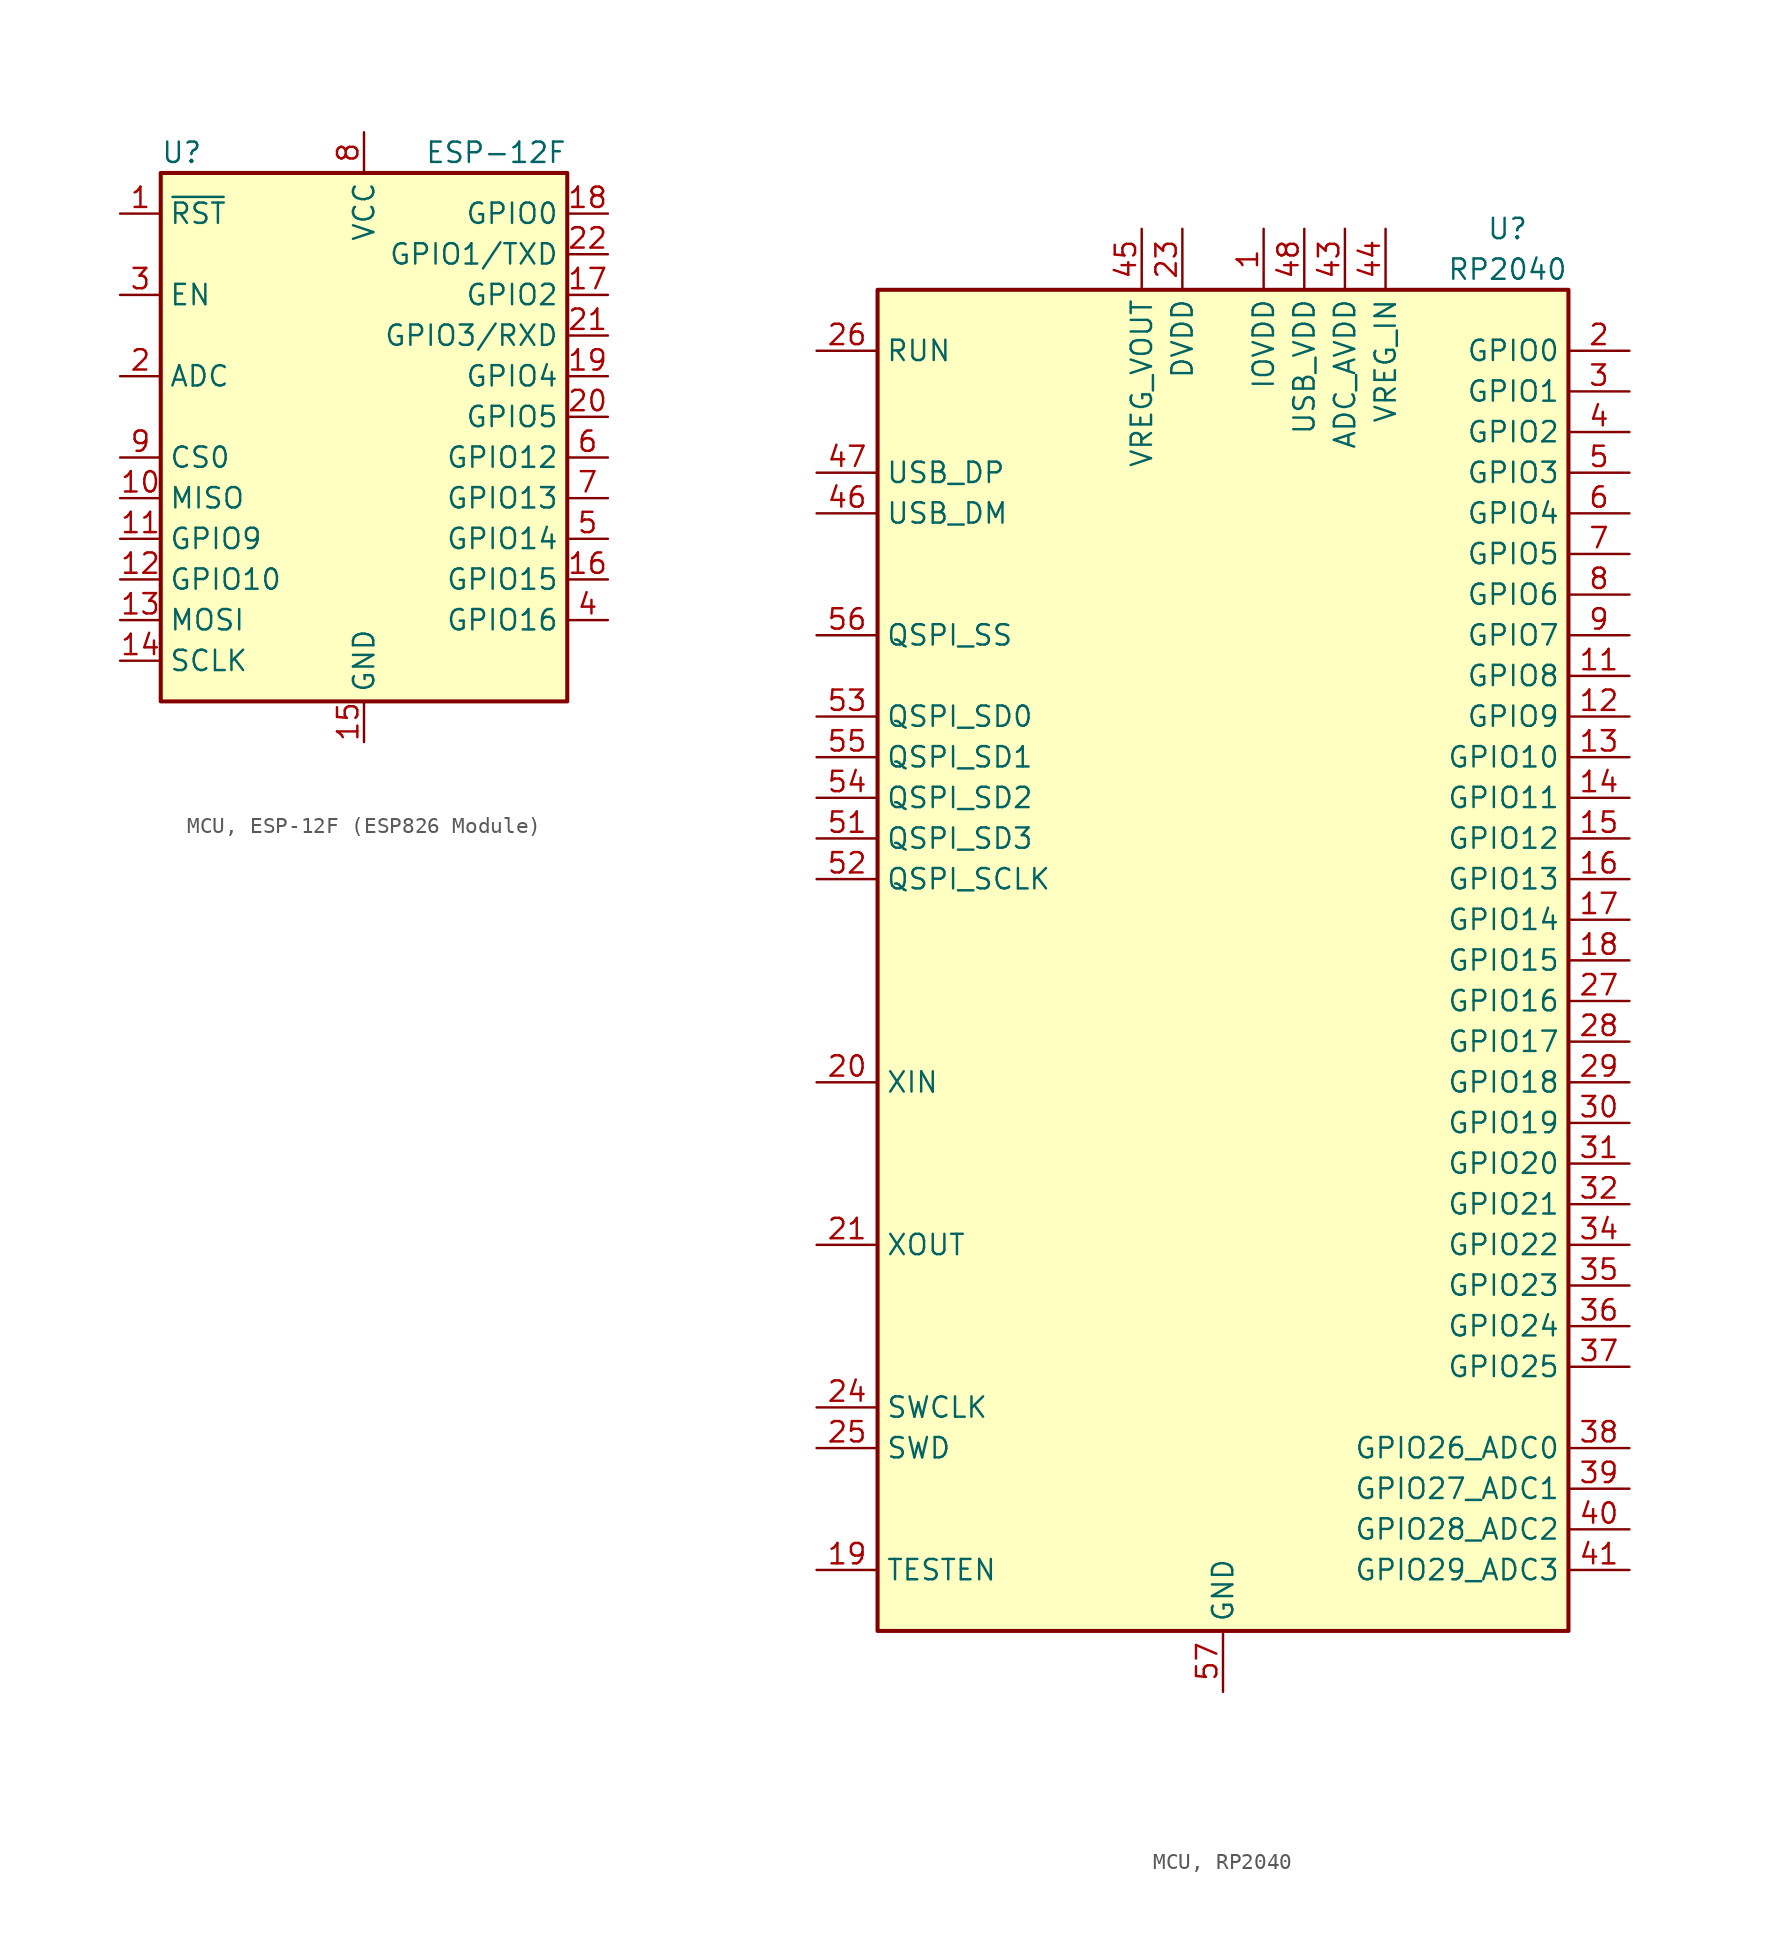
<source format=kicad_sym>
(kicad_symbol_lib
  (version 20231120)
  (generator "kicad_symbol_editor")
  (generator_version "8.0")
  (symbol "MCU, ESP-12F (ESP826 Module)"
    (property "Reference" "U"
      (at -12.7 19.05 0)
      (effects (font (size 1.27 1.27)) (justify left)))
    (property "Value" "ESP-12F"
      (at 12.7 19.05 0)
      (effects (font (size 1.27 1.27)) (justify right)))
    (symbol "MCU, ESP-12F (ESP826 Module)_0_1"
      (rectangle (start -12.7 17.78) (end 12.7 -15.24) (stroke (width 0.254) (type default)) (fill (type background))))
    (symbol "MCU, ESP-12F (ESP826 Module)_1_1"
      (pin input line (at -15.24 15.24 0) (length 2.54) (name "~{RST}" (effects (font (size 1.27 1.27)))) (number "1" (effects (font (size 1.27 1.27)))))
      (pin bidirectional line (at -15.24 -2.54 0) (length 2.54) (name "MISO" (effects (font (size 1.27 1.27)))) (number "10" (effects (font (size 1.27 1.27)))))
      (pin bidirectional line (at -15.24 -5.08 0) (length 2.54) (name "GPIO9" (effects (font (size 1.27 1.27)))) (number "11" (effects (font (size 1.27 1.27)))))
      (pin bidirectional line (at -15.24 -7.62 0) (length 2.54) (name "GPIO10" (effects (font (size 1.27 1.27)))) (number "12" (effects (font (size 1.27 1.27)))))
      (pin bidirectional line (at -15.24 -10.16 0) (length 2.54) (name "MOSI" (effects (font (size 1.27 1.27)))) (number "13" (effects (font (size 1.27 1.27)))))
      (pin bidirectional line (at -15.24 -12.7 0) (length 2.54) (name "SCLK" (effects (font (size 1.27 1.27)))) (number "14" (effects (font (size 1.27 1.27)))))
      (pin power_in line (at 0 -17.78 90) (length 2.54) (name "GND" (effects (font (size 1.27 1.27)))) (number "15" (effects (font (size 1.27 1.27)))))
      (pin bidirectional line (at 15.24 -7.62 180) (length 2.54) (name "GPIO15" (effects (font (size 1.27 1.27)))) (number "16" (effects (font (size 1.27 1.27)))))
      (pin bidirectional line (at 15.24 10.16 180) (length 2.54) (name "GPIO2" (effects (font (size 1.27 1.27)))) (number "17" (effects (font (size 1.27 1.27)))))
      (pin bidirectional line (at 15.24 15.24 180) (length 2.54) (name "GPIO0" (effects (font (size 1.27 1.27)))) (number "18" (effects (font (size 1.27 1.27)))))
      (pin bidirectional line (at 15.24 5.08 180) (length 2.54) (name "GPIO4" (effects (font (size 1.27 1.27)))) (number "19" (effects (font (size 1.27 1.27)))))
      (pin input line (at -15.24 5.08 0) (length 2.54) (name "ADC" (effects (font (size 1.27 1.27)))) (number "2" (effects (font (size 1.27 1.27)))))
      (pin bidirectional line (at 15.24 2.54 180) (length 2.54) (name "GPIO5" (effects (font (size 1.27 1.27)))) (number "20" (effects (font (size 1.27 1.27)))))
      (pin bidirectional line (at 15.24 7.62 180) (length 2.54) (name "GPIO3/RXD" (effects (font (size 1.27 1.27)))) (number "21" (effects (font (size 1.27 1.27)))))
      (pin bidirectional line (at 15.24 12.7 180) (length 2.54) (name "GPIO1/TXD" (effects (font (size 1.27 1.27)))) (number "22" (effects (font (size 1.27 1.27)))))
      (pin input line (at -15.24 10.16 0) (length 2.54) (name "EN" (effects (font (size 1.27 1.27)))) (number "3" (effects (font (size 1.27 1.27)))))
      (pin bidirectional line (at 15.24 -10.16 180) (length 2.54) (name "GPIO16" (effects (font (size 1.27 1.27)))) (number "4" (effects (font (size 1.27 1.27)))))
      (pin bidirectional line (at 15.24 -5.08 180) (length 2.54) (name "GPIO14" (effects (font (size 1.27 1.27)))) (number "5" (effects (font (size 1.27 1.27)))))
      (pin bidirectional line (at 15.24 0 180) (length 2.54) (name "GPIO12" (effects (font (size 1.27 1.27)))) (number "6" (effects (font (size 1.27 1.27)))))
      (pin bidirectional line (at 15.24 -2.54 180) (length 2.54) (name "GPIO13" (effects (font (size 1.27 1.27)))) (number "7" (effects (font (size 1.27 1.27)))))
      (pin power_in line (at 0 20.32 270) (length 2.54) (name "VCC" (effects (font (size 1.27 1.27)))) (number "8" (effects (font (size 1.27 1.27)))))
      (pin input line (at -15.24 0 0) (length 2.54) (name "CS0" (effects (font (size 1.27 1.27)))) (number "9" (effects (font (size 1.27 1.27)))))))
  (symbol "MCU, RP2040"
    (property "Reference" "U"
      (at 17.78 45.72 0)
      (effects (font (size 1.27 1.27))))
    (property "Value" "RP2040"
      (at 17.78 43.18 0)
      (effects (font (size 1.27 1.27))))
    (symbol "MCU, RP2040_0_1"
      (rectangle (start -21.59 41.91) (end 21.59 -41.91) (stroke (width 0.254) (type default)) (fill (type background))))
    (symbol "MCU, RP2040_1_1"
      (pin power_in line (at 2.54 45.72 270) (length 3.81) (name "IOVDD" (effects (font (size 1.27 1.27)))) (number "1" (effects (font (size 1.27 1.27)))))
      (pin passive line (at 2.54 45.72 270) (length 3.81) hide (name "IOVDD" (effects (font (size 1.27 1.27)))) (number "10" (effects (font (size 1.27 1.27)))))
      (pin bidirectional line (at 25.4 17.78 180) (length 3.81) (name "GPIO8" (effects (font (size 1.27 1.27)))) (number "11" (effects (font (size 1.27 1.27)))))
      (pin bidirectional line (at 25.4 15.24 180) (length 3.81) (name "GPIO9" (effects (font (size 1.27 1.27)))) (number "12" (effects (font (size 1.27 1.27)))))
      (pin bidirectional line (at 25.4 12.7 180) (length 3.81) (name "GPIO10" (effects (font (size 1.27 1.27)))) (number "13" (effects (font (size 1.27 1.27)))))
      (pin bidirectional line (at 25.4 10.16 180) (length 3.81) (name "GPIO11" (effects (font (size 1.27 1.27)))) (number "14" (effects (font (size 1.27 1.27)))))
      (pin bidirectional line (at 25.4 7.62 180) (length 3.81) (name "GPIO12" (effects (font (size 1.27 1.27)))) (number "15" (effects (font (size 1.27 1.27)))))
      (pin bidirectional line (at 25.4 5.08 180) (length 3.81) (name "GPIO13" (effects (font (size 1.27 1.27)))) (number "16" (effects (font (size 1.27 1.27)))))
      (pin bidirectional line (at 25.4 2.54 180) (length 3.81) (name "GPIO14" (effects (font (size 1.27 1.27)))) (number "17" (effects (font (size 1.27 1.27)))))
      (pin bidirectional line (at 25.4 0 180) (length 3.81) (name "GPIO15" (effects (font (size 1.27 1.27)))) (number "18" (effects (font (size 1.27 1.27)))))
      (pin input line (at -25.4 -38.1 0) (length 3.81) (name "TESTEN" (effects (font (size 1.27 1.27)))) (number "19" (effects (font (size 1.27 1.27)))))
      (pin bidirectional line (at 25.4 38.1 180) (length 3.81) (name "GPIO0" (effects (font (size 1.27 1.27)))) (number "2" (effects (font (size 1.27 1.27)))))
      (pin input line (at -25.4 -7.62 0) (length 3.81) (name "XIN" (effects (font (size 1.27 1.27)))) (number "20" (effects (font (size 1.27 1.27)))))
      (pin passive line (at -25.4 -17.78 0) (length 3.81) (name "XOUT" (effects (font (size 1.27 1.27)))) (number "21" (effects (font (size 1.27 1.27)))))
      (pin passive line (at 2.54 45.72 270) (length 3.81) hide (name "IOVDD" (effects (font (size 1.27 1.27)))) (number "22" (effects (font (size 1.27 1.27)))))
      (pin power_in line (at -2.54 45.72 270) (length 3.81) (name "DVDD" (effects (font (size 1.27 1.27)))) (number "23" (effects (font (size 1.27 1.27)))))
      (pin input line (at -25.4 -27.94 0) (length 3.81) (name "SWCLK" (effects (font (size 1.27 1.27)))) (number "24" (effects (font (size 1.27 1.27)))))
      (pin bidirectional line (at -25.4 -30.48 0) (length 3.81) (name "SWD" (effects (font (size 1.27 1.27)))) (number "25" (effects (font (size 1.27 1.27)))))
      (pin input line (at -25.4 38.1 0) (length 3.81) (name "RUN" (effects (font (size 1.27 1.27)))) (number "26" (effects (font (size 1.27 1.27)))))
      (pin bidirectional line (at 25.4 -2.54 180) (length 3.81) (name "GPIO16" (effects (font (size 1.27 1.27)))) (number "27" (effects (font (size 1.27 1.27)))))
      (pin bidirectional line (at 25.4 -5.08 180) (length 3.81) (name "GPIO17" (effects (font (size 1.27 1.27)))) (number "28" (effects (font (size 1.27 1.27)))))
      (pin bidirectional line (at 25.4 -7.62 180) (length 3.81) (name "GPIO18" (effects (font (size 1.27 1.27)))) (number "29" (effects (font (size 1.27 1.27)))))
      (pin bidirectional line (at 25.4 35.56 180) (length 3.81) (name "GPIO1" (effects (font (size 1.27 1.27)))) (number "3" (effects (font (size 1.27 1.27)))))
      (pin bidirectional line (at 25.4 -10.16 180) (length 3.81) (name "GPIO19" (effects (font (size 1.27 1.27)))) (number "30" (effects (font (size 1.27 1.27)))))
      (pin bidirectional line (at 25.4 -12.7 180) (length 3.81) (name "GPIO20" (effects (font (size 1.27 1.27)))) (number "31" (effects (font (size 1.27 1.27)))))
      (pin bidirectional line (at 25.4 -15.24 180) (length 3.81) (name "GPIO21" (effects (font (size 1.27 1.27)))) (number "32" (effects (font (size 1.27 1.27)))))
      (pin passive line (at 2.54 45.72 270) (length 3.81) hide (name "IOVDD" (effects (font (size 1.27 1.27)))) (number "33" (effects (font (size 1.27 1.27)))))
      (pin bidirectional line (at 25.4 -17.78 180) (length 3.81) (name "GPIO22" (effects (font (size 1.27 1.27)))) (number "34" (effects (font (size 1.27 1.27)))))
      (pin bidirectional line (at 25.4 -20.32 180) (length 3.81) (name "GPIO23" (effects (font (size 1.27 1.27)))) (number "35" (effects (font (size 1.27 1.27)))))
      (pin bidirectional line (at 25.4 -22.86 180) (length 3.81) (name "GPIO24" (effects (font (size 1.27 1.27)))) (number "36" (effects (font (size 1.27 1.27)))))
      (pin bidirectional line (at 25.4 -25.4 180) (length 3.81) (name "GPIO25" (effects (font (size 1.27 1.27)))) (number "37" (effects (font (size 1.27 1.27)))))
      (pin bidirectional line (at 25.4 -30.48 180) (length 3.81) (name "GPIO26_ADC0" (effects (font (size 1.27 1.27)))) (number "38" (effects (font (size 1.27 1.27)))))
      (pin bidirectional line (at 25.4 -33.02 180) (length 3.81) (name "GPIO27_ADC1" (effects (font (size 1.27 1.27)))) (number "39" (effects (font (size 1.27 1.27)))))
      (pin bidirectional line (at 25.4 33.02 180) (length 3.81) (name "GPIO2" (effects (font (size 1.27 1.27)))) (number "4" (effects (font (size 1.27 1.27)))))
      (pin bidirectional line (at 25.4 -35.56 180) (length 3.81) (name "GPIO28_ADC2" (effects (font (size 1.27 1.27)))) (number "40" (effects (font (size 1.27 1.27)))))
      (pin bidirectional line (at 25.4 -38.1 180) (length 3.81) (name "GPIO29_ADC3" (effects (font (size 1.27 1.27)))) (number "41" (effects (font (size 1.27 1.27)))))
      (pin passive line (at 2.54 45.72 270) (length 3.81) hide (name "IOVDD" (effects (font (size 1.27 1.27)))) (number "42" (effects (font (size 1.27 1.27)))))
      (pin power_in line (at 7.62 45.72 270) (length 3.81) (name "ADC_AVDD" (effects (font (size 1.27 1.27)))) (number "43" (effects (font (size 1.27 1.27)))))
      (pin power_in line (at 10.16 45.72 270) (length 3.81) (name "VREG_IN" (effects (font (size 1.27 1.27)))) (number "44" (effects (font (size 1.27 1.27)))))
      (pin power_out line (at -5.08 45.72 270) (length 3.81) (name "VREG_VOUT" (effects (font (size 1.27 1.27)))) (number "45" (effects (font (size 1.27 1.27)))))
      (pin bidirectional line (at -25.4 27.94 0) (length 3.81) (name "USB_DM" (effects (font (size 1.27 1.27)))) (number "46" (effects (font (size 1.27 1.27)))))
      (pin bidirectional line (at -25.4 30.48 0) (length 3.81) (name "USB_DP" (effects (font (size 1.27 1.27)))) (number "47" (effects (font (size 1.27 1.27)))))
      (pin power_in line (at 5.08 45.72 270) (length 3.81) (name "USB_VDD" (effects (font (size 1.27 1.27)))) (number "48" (effects (font (size 1.27 1.27)))))
      (pin passive line (at 2.54 45.72 270) (length 3.81) hide (name "IOVDD" (effects (font (size 1.27 1.27)))) (number "49" (effects (font (size 1.27 1.27)))))
      (pin bidirectional line (at 25.4 30.48 180) (length 3.81) (name "GPIO3" (effects (font (size 1.27 1.27)))) (number "5" (effects (font (size 1.27 1.27)))))
      (pin passive line (at -2.54 45.72 270) (length 3.81) hide (name "DVDD" (effects (font (size 1.27 1.27)))) (number "50" (effects (font (size 1.27 1.27)))))
      (pin bidirectional line (at -25.4 7.62 0) (length 3.81) (name "QSPI_SD3" (effects (font (size 1.27 1.27)))) (number "51" (effects (font (size 1.27 1.27)))))
      (pin output line (at -25.4 5.08 0) (length 3.81) (name "QSPI_SCLK" (effects (font (size 1.27 1.27)))) (number "52" (effects (font (size 1.27 1.27)))))
      (pin bidirectional line (at -25.4 15.24 0) (length 3.81) (name "QSPI_SD0" (effects (font (size 1.27 1.27)))) (number "53" (effects (font (size 1.27 1.27)))))
      (pin bidirectional line (at -25.4 10.16 0) (length 3.81) (name "QSPI_SD2" (effects (font (size 1.27 1.27)))) (number "54" (effects (font (size 1.27 1.27)))))
      (pin bidirectional line (at -25.4 12.7 0) (length 3.81) (name "QSPI_SD1" (effects (font (size 1.27 1.27)))) (number "55" (effects (font (size 1.27 1.27)))))
      (pin bidirectional line (at -25.4 20.32 0) (length 3.81) (name "QSPI_SS" (effects (font (size 1.27 1.27)))) (number "56" (effects (font (size 1.27 1.27)))))
      (pin power_in line (at 0 -45.72 90) (length 3.81) (name "GND" (effects (font (size 1.27 1.27)))) (number "57" (effects (font (size 1.27 1.27)))))
      (pin bidirectional line (at 25.4 27.94 180) (length 3.81) (name "GPIO4" (effects (font (size 1.27 1.27)))) (number "6" (effects (font (size 1.27 1.27)))))
      (pin bidirectional line (at 25.4 25.4 180) (length 3.81) (name "GPIO5" (effects (font (size 1.27 1.27)))) (number "7" (effects (font (size 1.27 1.27)))))
      (pin bidirectional line (at 25.4 22.86 180) (length 3.81) (name "GPIO6" (effects (font (size 1.27 1.27)))) (number "8" (effects (font (size 1.27 1.27)))))
      (pin bidirectional line (at 25.4 20.32 180) (length 3.81) (name "GPIO7" (effects (font (size 1.27 1.27)))) (number "9" (effects (font (size 1.27 1.27))))))))
</source>
